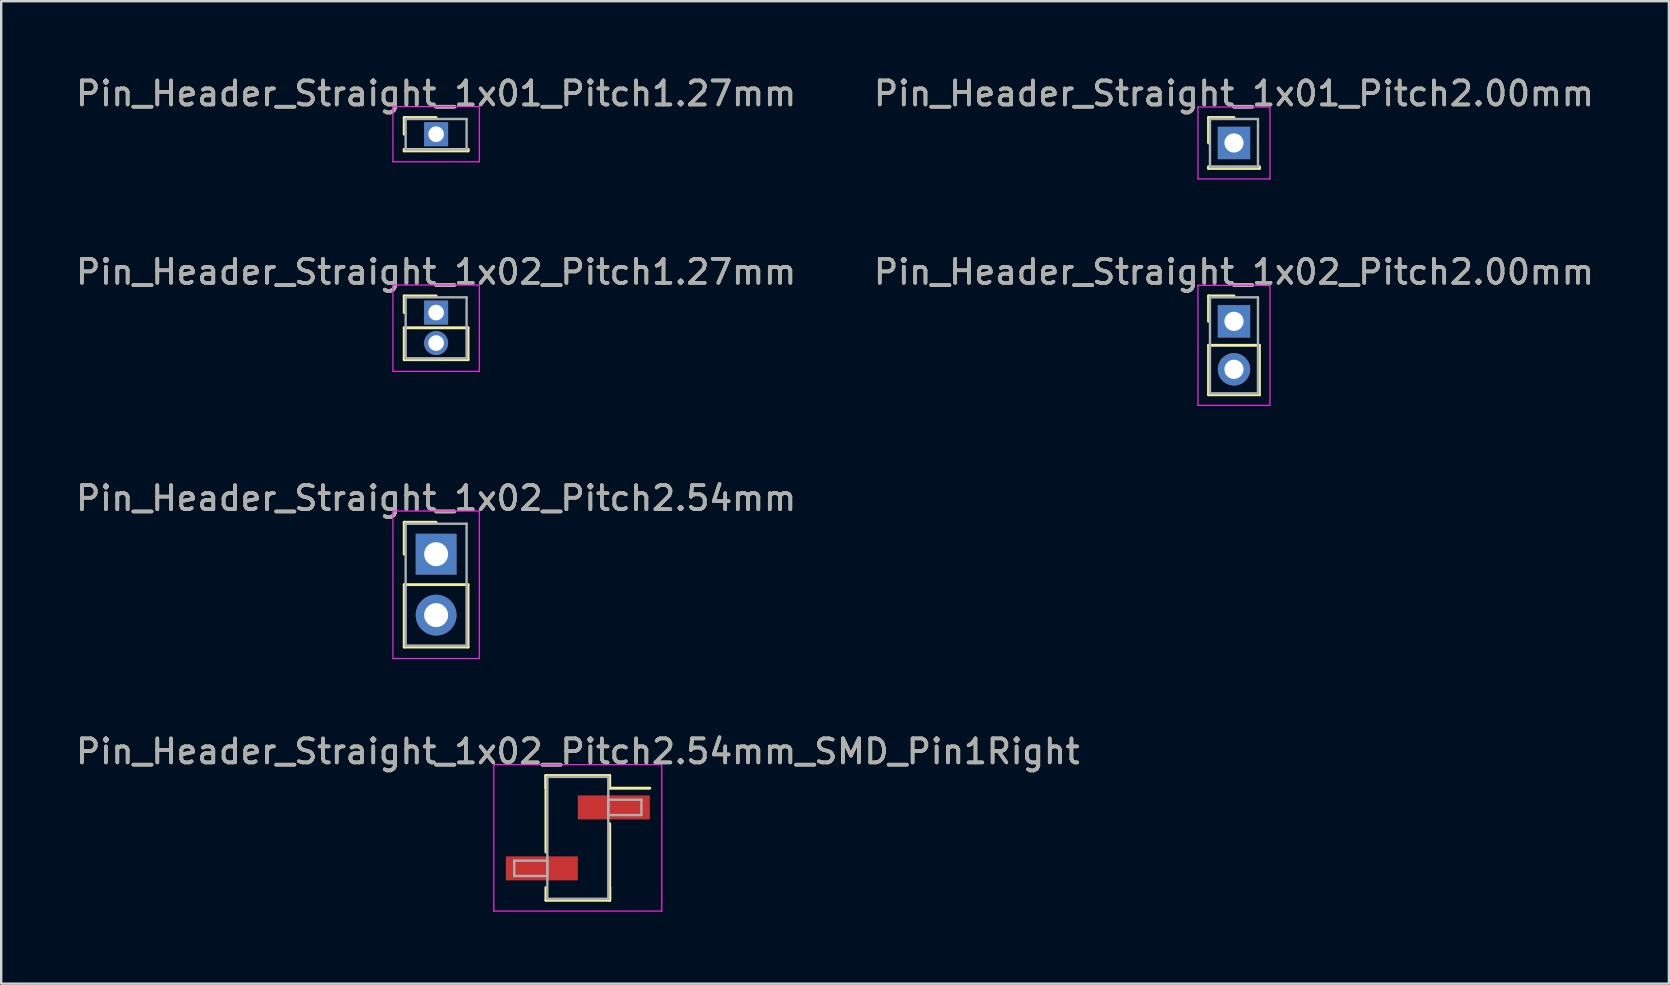
<source format=kicad_pcb>
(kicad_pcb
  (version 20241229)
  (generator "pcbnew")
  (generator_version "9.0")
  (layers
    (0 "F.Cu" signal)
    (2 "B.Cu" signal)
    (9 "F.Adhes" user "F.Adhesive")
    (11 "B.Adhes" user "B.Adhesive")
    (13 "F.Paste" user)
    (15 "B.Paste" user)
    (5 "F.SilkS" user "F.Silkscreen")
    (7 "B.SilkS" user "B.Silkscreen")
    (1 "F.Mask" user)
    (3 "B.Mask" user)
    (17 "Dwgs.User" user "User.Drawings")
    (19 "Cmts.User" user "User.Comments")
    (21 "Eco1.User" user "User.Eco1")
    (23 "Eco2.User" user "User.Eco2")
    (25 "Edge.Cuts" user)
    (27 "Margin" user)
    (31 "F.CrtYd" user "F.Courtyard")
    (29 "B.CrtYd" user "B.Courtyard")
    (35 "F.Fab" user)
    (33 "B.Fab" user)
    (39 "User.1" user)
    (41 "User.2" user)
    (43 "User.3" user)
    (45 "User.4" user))
  (footprint "Pin_Header_Straight_1x01_Pitch2.00mm"
    (layer "F.Cu")
    (at 48.375 2.908)
    (property "Reference" "Pin_Header_Straight_1x01_Pitch2.00mm" (at 0 -2.06 0) (layer "F.SilkS") (effects (font (size 1 1) (thickness 0.15))))
    (attr through_hole)
    (fp_line (start -1.06 -1.06) (end 0 -1.06) (stroke (width 0.12) (type solid)) (layer "F.SilkS"))
    (fp_line (start -1.06 0) (end -1.06 -1.06) (stroke (width 0.12) (type solid)) (layer "F.SilkS"))
    (fp_line (start -1.06 1) (end -1.06 1.06) (stroke (width 0.12) (type solid)) (layer "F.SilkS"))
    (fp_line (start -1.06 1.06) (end 1.06 1.06) (stroke (width 0.12) (type solid)) (layer "F.SilkS"))
    (fp_line (start 1.06 1) (end -1.06 1) (stroke (width 0.12) (type solid)) (layer "F.SilkS"))
    (fp_line (start 1.06 1.06) (end 1.06 1) (stroke (width 0.12) (type solid)) (layer "F.SilkS"))
    (fp_line (start -1.5 -1.5) (end -1.5 1.5) (stroke (width 0.05) (type solid)) (layer "F.CrtYd"))
    (fp_line (start -1.5 1.5) (end 1.5 1.5) (stroke (width 0.05) (type solid)) (layer "F.CrtYd"))
    (fp_line (start 1.5 -1.5) (end -1.5 -1.5) (stroke (width 0.05) (type solid)) (layer "F.CrtYd"))
    (fp_line (start 1.5 1.5) (end 1.5 -1.5) (stroke (width 0.05) (type solid)) (layer "F.CrtYd"))
    (fp_line (start -1 -1) (end -1 1) (stroke (width 0.1) (type solid)) (layer "F.Fab"))
    (fp_line (start -1 1) (end 1 1) (stroke (width 0.1) (type solid)) (layer "F.Fab"))
    (fp_line (start 1 -1) (end -1 -1) (stroke (width 0.1) (type solid)) (layer "F.Fab"))
    (fp_line (start 1 1) (end 1 -1) (stroke (width 0.1) (type solid)) (layer "F.Fab"))
    (fp_text user "${REFERENCE}" (at 0 -2.06 0) (layer "F.Fab") (effects (font (size 1 1) (thickness 0.15))))
    (pad "1" thru_hole rect (at 0 0) (size 1.35 1.35) (drill 0.8) (layers "*.Cu" "*.Mask")))
  (footprint "Pin_Header_Straight_1x02_Pitch2.54mm_SMD_Pin1Right"
    (layer "F.Cu")
    (at 21.03 31.868)
    (property "Reference" "Pin_Header_Straight_1x02_Pitch2.54mm_SMD_Pin1Right" (at 0 -3.6 0) (layer "F.SilkS") (effects (font (size 1 1) (thickness 0.15))))
    (attr smd)
    (fp_line (start -1.33 -2.6) (end -1.33 0.59) (stroke (width 0.12) (type solid)) (layer "F.SilkS"))
    (fp_line (start -1.33 -2.6) (end 1.33 -2.6) (stroke (width 0.12) (type solid)) (layer "F.SilkS"))
    (fp_line (start -1.33 -2.07) (end -1.33 -2.6) (stroke (width 0.12) (type solid)) (layer "F.SilkS"))
    (fp_line (start -1.33 2.07) (end -1.33 2.6) (stroke (width 0.12) (type solid)) (layer "F.SilkS"))
    (fp_line (start -1.33 2.6) (end 1.33 2.6) (stroke (width 0.12) (type solid)) (layer "F.SilkS"))
    (fp_line (start 1.33 -2.6) (end 1.33 -2.07) (stroke (width 0.12) (type solid)) (layer "F.SilkS"))
    (fp_line (start 1.33 -2.07) (end 3 -2.07) (stroke (width 0.12) (type solid)) (layer "F.SilkS"))
    (fp_line (start 1.33 -0.59) (end 1.33 2.6) (stroke (width 0.12) (type solid)) (layer "F.SilkS"))
    (fp_line (start 1.33 2.6) (end 1.33 2.07) (stroke (width 0.12) (type solid)) (layer "F.SilkS"))
    (fp_line (start -3.5 -3.05) (end -3.5 3.05) (stroke (width 0.05) (type solid)) (layer "F.CrtYd"))
    (fp_line (start -3.5 3.05) (end 3.5 3.05) (stroke (width 0.05) (type solid)) (layer "F.CrtYd"))
    (fp_line (start 3.5 -3.05) (end -3.5 -3.05) (stroke (width 0.05) (type solid)) (layer "F.CrtYd"))
    (fp_line (start 3.5 3.05) (end 3.5 -3.05) (stroke (width 0.05) (type solid)) (layer "F.CrtYd"))
    (fp_line (start -2.65 0.95) (end -1.27 0.95) (stroke (width 0.1) (type solid)) (layer "F.Fab"))
    (fp_line (start -2.65 1.59) (end -2.65 0.95) (stroke (width 0.1) (type solid)) (layer "F.Fab"))
    (fp_line (start -1.27 -2.54) (end -1.27 2.54) (stroke (width 0.1) (type solid)) (layer "F.Fab"))
    (fp_line (start -1.27 0.95) (end -1.27 1.59) (stroke (width 0.1) (type solid)) (layer "F.Fab"))
    (fp_line (start -1.27 1.59) (end -2.65 1.59) (stroke (width 0.1) (type solid)) (layer "F.Fab"))
    (fp_line (start -1.27 2.54) (end 1.27 2.54) (stroke (width 0.1) (type solid)) (layer "F.Fab"))
    (fp_line (start 1.27 -2.54) (end -1.27 -2.54) (stroke (width 0.1) (type solid)) (layer "F.Fab"))
    (fp_line (start 1.27 -1.59) (end 1.27 -0.95) (stroke (width 0.1) (type solid)) (layer "F.Fab"))
    (fp_line (start 1.27 -0.95) (end 2.65 -0.95) (stroke (width 0.1) (type solid)) (layer "F.Fab"))
    (fp_line (start 1.27 2.54) (end 1.27 -2.54) (stroke (width 0.1) (type solid)) (layer "F.Fab"))
    (fp_line (start 2.65 -1.59) (end 1.27 -1.59) (stroke (width 0.1) (type solid)) (layer "F.Fab"))
    (fp_line (start 2.65 -0.95) (end 2.65 -1.59) (stroke (width 0.1) (type solid)) (layer "F.Fab"))
    (fp_text user "${REFERENCE}" (at 0 -3.6 0) (layer "F.Fab") (effects (font (size 1 1) (thickness 0.15))))
    (pad "1" smd rect (at 1.5 -1.27) (size 3 1) (layers "F.Cu" "F.Mask" "F.Paste"))
    (pad "2" smd rect (at -1.5 1.27) (size 3 1) (layers "F.Cu" "F.Mask" "F.Paste")))
  (footprint "Pin_Header_Straight_1x02_Pitch1.27mm"
    (layer "F.Cu")
    (at 15.125 9.976)
    (property "Reference" "Pin_Header_Straight_1x02_Pitch1.27mm" (at 0 -1.695 0) (layer "F.SilkS") (effects (font (size 1 1) (thickness 0.15))))
    (attr through_hole)
    (fp_line (start -1.33 -0.695) (end 0 -0.695) (stroke (width 0.12) (type solid)) (layer "F.SilkS"))
    (fp_line (start -1.33 0) (end -1.33 -0.695) (stroke (width 0.12) (type solid)) (layer "F.SilkS"))
    (fp_line (start -1.33 0.635) (end -1.33 1.965) (stroke (width 0.12) (type solid)) (layer "F.SilkS"))
    (fp_line (start -1.33 1.965) (end 1.33 1.965) (stroke (width 0.12) (type solid)) (layer "F.SilkS"))
    (fp_line (start 1.33 0.635) (end -1.33 0.635) (stroke (width 0.12) (type solid)) (layer "F.SilkS"))
    (fp_line (start 1.33 1.965) (end 1.33 0.635) (stroke (width 0.12) (type solid)) (layer "F.SilkS"))
    (fp_line (start -1.8 -1.15) (end -1.8 2.45) (stroke (width 0.05) (type solid)) (layer "F.CrtYd"))
    (fp_line (start -1.8 2.45) (end 1.8 2.45) (stroke (width 0.05) (type solid)) (layer "F.CrtYd"))
    (fp_line (start 1.8 -1.15) (end -1.8 -1.15) (stroke (width 0.05) (type solid)) (layer "F.CrtYd"))
    (fp_line (start 1.8 2.45) (end 1.8 -1.15) (stroke (width 0.05) (type solid)) (layer "F.CrtYd"))
    (fp_line (start -1.27 -0.635) (end -1.27 1.905) (stroke (width 0.1) (type solid)) (layer "F.Fab"))
    (fp_line (start -1.27 1.905) (end 1.27 1.905) (stroke (width 0.1) (type solid)) (layer "F.Fab"))
    (fp_line (start 1.27 -0.635) (end -1.27 -0.635) (stroke (width 0.1) (type solid)) (layer "F.Fab"))
    (fp_line (start 1.27 1.905) (end 1.27 -0.635) (stroke (width 0.1) (type solid)) (layer "F.Fab"))
    (fp_text user "${REFERENCE}" (at 0 -1.695 0) (layer "F.Fab") (effects (font (size 1 1) (thickness 0.15))))
    (pad "1" thru_hole rect (at 0 0) (size 1 1) (drill 0.65) (layers "*.Cu" "*.Mask"))
    (pad "2" thru_hole oval (at 0 1.27) (size 1 1) (drill 0.65) (layers "*.Cu" "*.Mask")))
  (footprint "Pin_Header_Straight_1x02_Pitch2.00mm"
    (layer "F.Cu")
    (at 48.375 10.341)
    (property "Reference" "Pin_Header_Straight_1x02_Pitch2.00mm" (at 0 -2.06 0) (layer "F.SilkS") (effects (font (size 1 1) (thickness 0.15))))
    (attr through_hole)
    (fp_line (start -1.06 -1.06) (end 0 -1.06) (stroke (width 0.12) (type solid)) (layer "F.SilkS"))
    (fp_line (start -1.06 0) (end -1.06 -1.06) (stroke (width 0.12) (type solid)) (layer "F.SilkS"))
    (fp_line (start -1.06 1) (end -1.06 3.06) (stroke (width 0.12) (type solid)) (layer "F.SilkS"))
    (fp_line (start -1.06 3.06) (end 1.06 3.06) (stroke (width 0.12) (type solid)) (layer "F.SilkS"))
    (fp_line (start 1.06 1) (end -1.06 1) (stroke (width 0.12) (type solid)) (layer "F.SilkS"))
    (fp_line (start 1.06 3.06) (end 1.06 1) (stroke (width 0.12) (type solid)) (layer "F.SilkS"))
    (fp_line (start -1.5 -1.5) (end -1.5 3.5) (stroke (width 0.05) (type solid)) (layer "F.CrtYd"))
    (fp_line (start -1.5 3.5) (end 1.5 3.5) (stroke (width 0.05) (type solid)) (layer "F.CrtYd"))
    (fp_line (start 1.5 -1.5) (end -1.5 -1.5) (stroke (width 0.05) (type solid)) (layer "F.CrtYd"))
    (fp_line (start 1.5 3.5) (end 1.5 -1.5) (stroke (width 0.05) (type solid)) (layer "F.CrtYd"))
    (fp_line (start -1 -1) (end -1 3) (stroke (width 0.1) (type solid)) (layer "F.Fab"))
    (fp_line (start -1 3) (end 1 3) (stroke (width 0.1) (type solid)) (layer "F.Fab"))
    (fp_line (start 1 -1) (end -1 -1) (stroke (width 0.1) (type solid)) (layer "F.Fab"))
    (fp_line (start 1 3) (end 1 -1) (stroke (width 0.1) (type solid)) (layer "F.Fab"))
    (fp_text user "${REFERENCE}" (at 0 -2.06 0) (layer "F.Fab") (effects (font (size 1 1) (thickness 0.15))))
    (pad "1" thru_hole rect (at 0 0) (size 1.35 1.35) (drill 0.8) (layers "*.Cu" "*.Mask"))
    (pad "2" thru_hole oval (at 0 2) (size 1.35 1.35) (drill 0.8) (layers "*.Cu" "*.Mask")))
  (footprint "Pin_Header_Straight_1x01_Pitch1.27mm"
    (layer "F.Cu")
    (at 15.125 2.543)
    (property "Reference" "Pin_Header_Straight_1x01_Pitch1.27mm" (at 0 -1.695 0) (layer "F.SilkS") (effects (font (size 1 1) (thickness 0.15))))
    (attr through_hole)
    (fp_line (start -1.33 -0.695) (end 0 -0.695) (stroke (width 0.12) (type solid)) (layer "F.SilkS"))
    (fp_line (start -1.33 0) (end -1.33 -0.695) (stroke (width 0.12) (type solid)) (layer "F.SilkS"))
    (fp_line (start -1.33 0.635) (end -1.33 0.695) (stroke (width 0.12) (type solid)) (layer "F.SilkS"))
    (fp_line (start -1.33 0.695) (end 1.33 0.695) (stroke (width 0.12) (type solid)) (layer "F.SilkS"))
    (fp_line (start 1.33 0.635) (end -1.33 0.635) (stroke (width 0.12) (type solid)) (layer "F.SilkS"))
    (fp_line (start 1.33 0.695) (end 1.33 0.635) (stroke (width 0.12) (type solid)) (layer "F.SilkS"))
    (fp_line (start -1.8 -1.15) (end -1.8 1.15) (stroke (width 0.05) (type solid)) (layer "F.CrtYd"))
    (fp_line (start -1.8 1.15) (end 1.8 1.15) (stroke (width 0.05) (type solid)) (layer "F.CrtYd"))
    (fp_line (start 1.8 -1.15) (end -1.8 -1.15) (stroke (width 0.05) (type solid)) (layer "F.CrtYd"))
    (fp_line (start 1.8 1.15) (end 1.8 -1.15) (stroke (width 0.05) (type solid)) (layer "F.CrtYd"))
    (fp_line (start -1.27 -0.635) (end -1.27 0.635) (stroke (width 0.1) (type solid)) (layer "F.Fab"))
    (fp_line (start -1.27 0.635) (end 1.27 0.635) (stroke (width 0.1) (type solid)) (layer "F.Fab"))
    (fp_line (start 1.27 -0.635) (end -1.27 -0.635) (stroke (width 0.1) (type solid)) (layer "F.Fab"))
    (fp_line (start 1.27 0.635) (end 1.27 -0.635) (stroke (width 0.1) (type solid)) (layer "F.Fab"))
    (fp_text user "${REFERENCE}" (at 0 -1.695 0) (layer "F.Fab") (effects (font (size 1 1) (thickness 0.15))))
    (pad "1" thru_hole rect (at 0 0) (size 1 1) (drill 0.65) (layers "*.Cu" "*.Mask")))
  (footprint "Pin_Header_Straight_1x02_Pitch2.54mm"
    (layer "F.Cu")
    (at 15.125 20.045)
    (property "Reference" "Pin_Header_Straight_1x02_Pitch2.54mm" (at 0 -2.33 0) (layer "F.SilkS") (effects (font (size 1 1) (thickness 0.15))))
    (attr through_hole)
    (fp_line (start -1.33 -1.33) (end 0 -1.33) (stroke (width 0.12) (type solid)) (layer "F.SilkS"))
    (fp_line (start -1.33 0) (end -1.33 -1.33) (stroke (width 0.12) (type solid)) (layer "F.SilkS"))
    (fp_line (start -1.33 1.27) (end -1.33 3.87) (stroke (width 0.12) (type solid)) (layer "F.SilkS"))
    (fp_line (start -1.33 3.87) (end 1.33 3.87) (stroke (width 0.12) (type solid)) (layer "F.SilkS"))
    (fp_line (start 1.33 1.27) (end -1.33 1.27) (stroke (width 0.12) (type solid)) (layer "F.SilkS"))
    (fp_line (start 1.33 3.87) (end 1.33 1.27) (stroke (width 0.12) (type solid)) (layer "F.SilkS"))
    (fp_line (start -1.8 -1.8) (end -1.8 4.35) (stroke (width 0.05) (type solid)) (layer "F.CrtYd"))
    (fp_line (start -1.8 4.35) (end 1.8 4.35) (stroke (width 0.05) (type solid)) (layer "F.CrtYd"))
    (fp_line (start 1.8 -1.8) (end -1.8 -1.8) (stroke (width 0.05) (type solid)) (layer "F.CrtYd"))
    (fp_line (start 1.8 4.35) (end 1.8 -1.8) (stroke (width 0.05) (type solid)) (layer "F.CrtYd"))
    (fp_line (start -1.27 -1.27) (end -1.27 3.81) (stroke (width 0.1) (type solid)) (layer "F.Fab"))
    (fp_line (start -1.27 3.81) (end 1.27 3.81) (stroke (width 0.1) (type solid)) (layer "F.Fab"))
    (fp_line (start 1.27 -1.27) (end -1.27 -1.27) (stroke (width 0.1) (type solid)) (layer "F.Fab"))
    (fp_line (start 1.27 3.81) (end 1.27 -1.27) (stroke (width 0.1) (type solid)) (layer "F.Fab"))
    (fp_text user "${REFERENCE}" (at 0 -2.33 0) (layer "F.Fab") (effects (font (size 1 1) (thickness 0.15))))
    (pad "1" thru_hole rect (at 0 0) (size 1.7 1.7) (drill 1) (layers "*.Cu" "*.Mask"))
    (pad "2" thru_hole oval (at 0 2.54) (size 1.7 1.7) (drill 1) (layers "*.Cu" "*.Mask")))
  (gr_rect
    (start -3 -3)
    (end 66.5 37.943)
    (stroke (width 0.1) (type default))
    (fill no)
    (layer "Edge.Cuts")))
</source>
